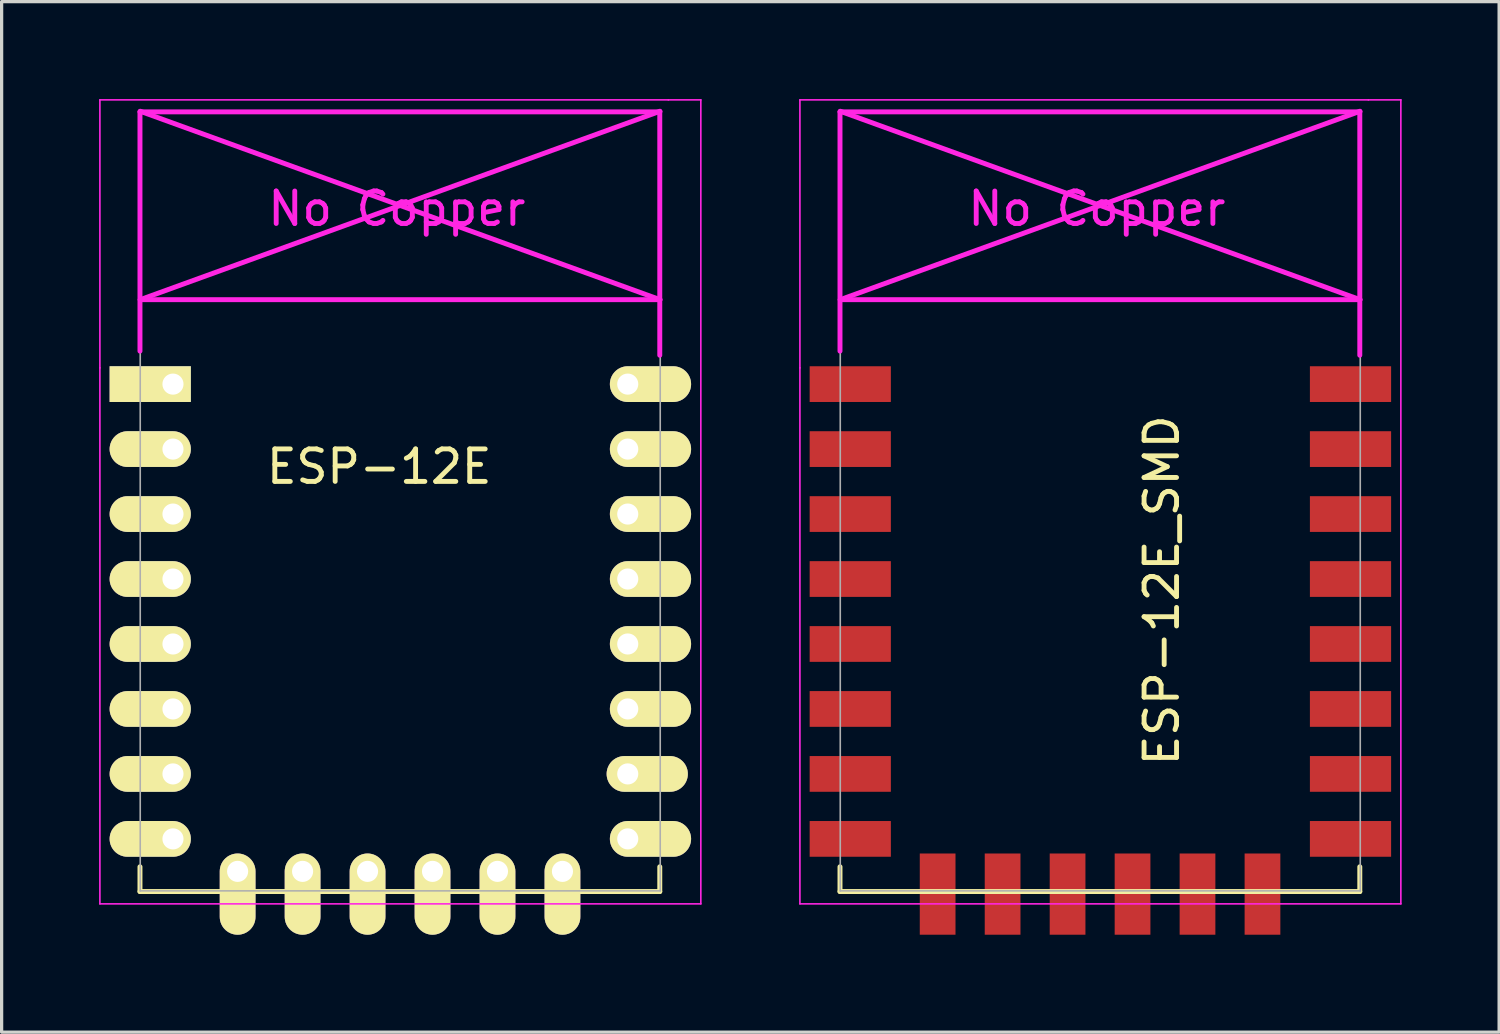
<source format=kicad_pcb>
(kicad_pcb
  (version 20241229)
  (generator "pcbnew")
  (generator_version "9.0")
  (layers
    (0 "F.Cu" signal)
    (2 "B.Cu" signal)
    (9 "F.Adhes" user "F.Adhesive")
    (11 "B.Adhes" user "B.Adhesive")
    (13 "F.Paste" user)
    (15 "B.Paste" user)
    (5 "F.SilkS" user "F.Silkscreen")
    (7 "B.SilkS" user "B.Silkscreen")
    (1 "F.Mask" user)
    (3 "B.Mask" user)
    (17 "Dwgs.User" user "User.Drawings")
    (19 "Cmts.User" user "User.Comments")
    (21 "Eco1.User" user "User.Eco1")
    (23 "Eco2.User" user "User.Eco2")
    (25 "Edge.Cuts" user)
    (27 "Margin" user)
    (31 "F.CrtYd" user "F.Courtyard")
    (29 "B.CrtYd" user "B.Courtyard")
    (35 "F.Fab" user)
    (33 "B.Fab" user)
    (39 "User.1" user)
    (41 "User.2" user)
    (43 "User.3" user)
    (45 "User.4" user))
  (footprint "ESP-12E_SMD"
    (layer "F.Cu")
    (at 23.825 8.775)
    (property "Reference" "ESP-12E_SMD" (at 8.89 6.35 90) (layer "F.SilkS") (effects (font (size 1 1) (thickness 0.15))))
    (attr through_hole)
    (fp_line (start -1.016 14.859) (end -1.016 15.621) (stroke (width 0.152) (type solid)) (layer "F.SilkS"))
    (fp_line (start -1.016 15.621) (end 14.986 15.621) (stroke (width 0.152) (type solid)) (layer "F.SilkS"))
    (fp_line (start 14.986 15.621) (end 14.986 14.859) (stroke (width 0.152) (type solid)) (layer "F.SilkS"))
    (fp_line (start -2.25 -8.75) (end 15.25 -8.75) (stroke (width 0.05) (type solid)) (layer "F.CrtYd"))
    (fp_line (start -2.25 -0.5) (end -2.25 -8.75) (stroke (width 0.05) (type solid)) (layer "F.CrtYd"))
    (fp_line (start -2.25 16) (end -2.25 -0.5) (stroke (width 0.05) (type solid)) (layer "F.CrtYd"))
    (fp_line (start -1.016 -8.382) (end -1.016 -1.016) (stroke (width 0.152) (type solid)) (layer "F.CrtYd"))
    (fp_line (start -1.016 -8.382) (end 14.986 -8.382) (stroke (width 0.152) (type solid)) (layer "F.CrtYd"))
    (fp_line (start -1.008 -8.4) (end 14.992 -2.6) (stroke (width 0.152) (type solid)) (layer "F.CrtYd"))
    (fp_line (start -1.008 -2.6) (end 14.992 -2.6) (stroke (width 0.152) (type solid)) (layer "F.CrtYd"))
    (fp_line (start 14.986 -8.382) (end 14.986 -0.889) (stroke (width 0.152) (type solid)) (layer "F.CrtYd"))
    (fp_line (start 14.992 -8.4) (end -1.008 -2.6) (stroke (width 0.152) (type solid)) (layer "F.CrtYd"))
    (fp_line (start 15.25 -8.75) (end 16.25 -8.75) (stroke (width 0.05) (type solid)) (layer "F.CrtYd"))
    (fp_line (start 16.25 -8.75) (end 16.25 16) (stroke (width 0.05) (type solid)) (layer "F.CrtYd"))
    (fp_line (start 16.25 16) (end -2.25 16) (stroke (width 0.05) (type solid)) (layer "F.CrtYd"))
    (fp_line (start -1.008 -8.4) (end 14.992 -8.4) (stroke (width 0.05) (type solid)) (layer "F.Fab"))
    (fp_line (start -1.008 15.6) (end -1.008 -8.4) (stroke (width 0.05) (type solid)) (layer "F.Fab"))
    (fp_line (start 14.992 15.6) (end -1.008 15.6) (stroke (width 0.05) (type solid)) (layer "F.Fab"))
    (fp_line (start 15 -8.4) (end 15 15.6) (stroke (width 0.05) (type solid)) (layer "F.Fab"))
    (fp_text user "No Copper" (at 6.892 -5.4 0) (layer "F.CrtYd") (effects (font (size 1 1) (thickness 0.15))))
    (pad "1" smd rect (at 0 0) (size 2.5 1.1) (drill (offset -0.7 0)) (layers "F.Cu" "F.Mask" "F.Paste"))
    (pad "2" smd rect (at 0 2) (size 2.5 1.1) (drill (offset -0.7 0)) (layers "F.Cu" "F.Mask" "F.Paste"))
    (pad "3" smd rect (at 0 4) (size 2.5 1.1) (drill (offset -0.7 0)) (layers "F.Cu" "F.Mask" "F.Paste"))
    (pad "4" smd rect (at 0 6) (size 2.5 1.1) (drill (offset -0.7 0)) (layers "F.Cu" "F.Mask" "F.Paste"))
    (pad "5" smd rect (at 0 8) (size 2.5 1.1) (drill (offset -0.7 0)) (layers "F.Cu" "F.Mask" "F.Paste"))
    (pad "6" smd rect (at 0 10) (size 2.5 1.1) (drill (offset -0.7 0)) (layers "F.Cu" "F.Mask" "F.Paste"))
    (pad "7" smd rect (at 0 12) (size 2.5 1.1) (drill (offset -0.7 0)) (layers "F.Cu" "F.Mask" "F.Paste"))
    (pad "8" smd rect (at 0 14) (size 2.5 1.1) (drill (offset -0.7 0)) (layers "F.Cu" "F.Mask" "F.Paste"))
    (pad "9" smd rect (at 14 14) (size 2.5 1.1) (drill (offset 0.7 0)) (layers "F.Cu" "F.Mask" "F.Paste"))
    (pad "10" smd rect (at 14 12) (size 2.5 1.1) (drill (offset 0.7 0)) (layers "F.Cu" "F.Mask" "F.Paste"))
    (pad "11" smd rect (at 14 10) (size 2.5 1.1) (drill (offset 0.7 0)) (layers "F.Cu" "F.Mask" "F.Paste"))
    (pad "12" smd rect (at 14 8) (size 2.5 1.1) (drill (offset 0.7 0)) (layers "F.Cu" "F.Mask" "F.Paste"))
    (pad "13" smd rect (at 14 6) (size 2.5 1.1) (drill (offset 0.7 0)) (layers "F.Cu" "F.Mask" "F.Paste"))
    (pad "14" smd rect (at 14 4) (size 2.5 1.1) (drill (offset 0.7 0)) (layers "F.Cu" "F.Mask" "F.Paste"))
    (pad "15" smd rect (at 14 2) (size 2.5 1.1) (drill (offset 0.7 0)) (layers "F.Cu" "F.Mask" "F.Paste"))
    (pad "16" smd rect (at 14 0) (size 2.5 1.1) (drill (offset 0.7 0)) (layers "F.Cu" "F.Mask" "F.Paste"))
    (pad "17" smd rect (at 1.99 15 90) (size 2.5 1.1) (drill (offset -0.7 0)) (layers "F.Cu" "F.Mask" "F.Paste"))
    (pad "18" smd rect (at 3.99 15 90) (size 2.5 1.1) (drill (offset -0.7 0)) (layers "F.Cu" "F.Mask" "F.Paste"))
    (pad "19" smd rect (at 5.99 15 90) (size 2.5 1.1) (drill (offset -0.7 0)) (layers "F.Cu" "F.Mask" "F.Paste"))
    (pad "20" smd rect (at 7.99 15 90) (size 2.5 1.1) (drill (offset -0.7 0)) (layers "F.Cu" "F.Mask" "F.Paste"))
    (pad "21" smd rect (at 9.99 15 90) (size 2.5 1.1) (drill (offset -0.7 0)) (layers "F.Cu" "F.Mask" "F.Paste"))
    (pad "22" smd rect (at 11.99 15 90) (size 2.5 1.1) (drill (offset -0.7 0)) (layers "F.Cu" "F.Mask" "F.Paste")))
  (footprint "ESP-12E"
    (layer "F.Cu")
    (at 2.275 8.775)
    (property "Reference" "ESP-12E" (at 6.35 2.54 0) (layer "F.SilkS") (effects (font (size 1 1) (thickness 0.15))))
    (attr through_hole)
    (fp_line (start -1.016 14.859) (end -1.016 15.621) (stroke (width 0.152) (type solid)) (layer "F.SilkS"))
    (fp_line (start -1.016 15.621) (end 14.986 15.621) (stroke (width 0.152) (type solid)) (layer "F.SilkS"))
    (fp_line (start 14.986 15.621) (end 14.986 14.859) (stroke (width 0.152) (type solid)) (layer "F.SilkS"))
    (fp_line (start -2.25 -8.75) (end 15.25 -8.75) (stroke (width 0.05) (type solid)) (layer "F.CrtYd"))
    (fp_line (start -2.25 -0.5) (end -2.25 -8.75) (stroke (width 0.05) (type solid)) (layer "F.CrtYd"))
    (fp_line (start -2.25 16) (end -2.25 -0.5) (stroke (width 0.05) (type solid)) (layer "F.CrtYd"))
    (fp_line (start -1.016 -8.382) (end -1.016 -1.016) (stroke (width 0.152) (type solid)) (layer "F.CrtYd"))
    (fp_line (start -1.016 -8.382) (end 14.986 -8.382) (stroke (width 0.152) (type solid)) (layer "F.CrtYd"))
    (fp_line (start -1.008 -8.4) (end 14.992 -2.6) (stroke (width 0.152) (type solid)) (layer "F.CrtYd"))
    (fp_line (start -1.008 -2.6) (end 14.992 -2.6) (stroke (width 0.152) (type solid)) (layer "F.CrtYd"))
    (fp_line (start 14.986 -8.382) (end 14.986 -0.889) (stroke (width 0.152) (type solid)) (layer "F.CrtYd"))
    (fp_line (start 14.992 -8.4) (end -1.008 -2.6) (stroke (width 0.152) (type solid)) (layer "F.CrtYd"))
    (fp_line (start 15.25 -8.75) (end 16.25 -8.75) (stroke (width 0.05) (type solid)) (layer "F.CrtYd"))
    (fp_line (start 16.25 -8.75) (end 16.25 16) (stroke (width 0.05) (type solid)) (layer "F.CrtYd"))
    (fp_line (start 16.25 16) (end -2.25 16) (stroke (width 0.05) (type solid)) (layer "F.CrtYd"))
    (fp_line (start -1.008 -8.4) (end 14.992 -8.4) (stroke (width 0.05) (type solid)) (layer "F.Fab"))
    (fp_line (start -1.008 15.6) (end -1.008 -8.4) (stroke (width 0.05) (type solid)) (layer "F.Fab"))
    (fp_line (start 14.992 15.6) (end -1.008 15.6) (stroke (width 0.05) (type solid)) (layer "F.Fab"))
    (fp_line (start 15 -8.4) (end 15 15.6) (stroke (width 0.05) (type solid)) (layer "F.Fab"))
    (fp_text user "No Copper" (at 6.892 -5.4 0) (layer "F.CrtYd") (effects (font (size 1 1) (thickness 0.15))))
    (pad "1" thru_hole rect (at 0 0) (size 2.5 1.1) (drill 0.65 (offset -0.7 0)) (layers "*.Cu" "*.Mask" "F.SilkS"))
    (pad "2" thru_hole oval (at 0 2) (size 2.5 1.1) (drill 0.65 (offset -0.7 0)) (layers "*.Cu" "*.Mask" "F.SilkS"))
    (pad "3" thru_hole oval (at 0 4) (size 2.5 1.1) (drill 0.65 (offset -0.7 0)) (layers "*.Cu" "*.Mask" "F.SilkS"))
    (pad "4" thru_hole oval (at 0 6) (size 2.5 1.1) (drill 0.65 (offset -0.7 0)) (layers "*.Cu" "*.Mask" "F.SilkS"))
    (pad "5" thru_hole oval (at 0 8) (size 2.5 1.1) (drill 0.65 (offset -0.7 0)) (layers "*.Cu" "*.Mask" "F.SilkS"))
    (pad "6" thru_hole oval (at 0 10) (size 2.5 1.1) (drill 0.65 (offset -0.7 0)) (layers "*.Cu" "*.Mask" "F.SilkS"))
    (pad "7" thru_hole oval (at 0 12) (size 2.5 1.1) (drill 0.65 (offset -0.7 0)) (layers "*.Cu" "*.Mask" "F.SilkS"))
    (pad "8" thru_hole oval (at 0 14) (size 2.5 1.1) (drill 0.65 (offset -0.7 0)) (layers "*.Cu" "*.Mask" "F.SilkS"))
    (pad "9" thru_hole oval (at 14 14) (size 2.5 1.1) (drill 0.65 (offset 0.7 0)) (layers "*.Cu" "*.Mask" "F.SilkS"))
    (pad "10" thru_hole oval (at 14 12) (size 2.5 1.1) (drill 0.65 (offset 0.6 0)) (layers "*.Cu" "*.Mask" "F.SilkS"))
    (pad "11" thru_hole oval (at 14 10) (size 2.5 1.1) (drill 0.65 (offset 0.7 0)) (layers "*.Cu" "*.Mask" "F.SilkS"))
    (pad "12" thru_hole oval (at 14 8) (size 2.5 1.1) (drill 0.65 (offset 0.7 0)) (layers "*.Cu" "*.Mask" "F.SilkS"))
    (pad "13" thru_hole oval (at 14 6) (size 2.5 1.1) (drill 0.65 (offset 0.7 0)) (layers "*.Cu" "*.Mask" "F.SilkS"))
    (pad "14" thru_hole oval (at 14 4) (size 2.5 1.1) (drill 0.65 (offset 0.7 0)) (layers "*.Cu" "*.Mask" "F.SilkS"))
    (pad "15" thru_hole oval (at 14 2) (size 2.5 1.1) (drill 0.65 (offset 0.7 0)) (layers "*.Cu" "*.Mask" "F.SilkS"))
    (pad "16" thru_hole oval (at 14 0) (size 2.5 1.1) (drill 0.65 (offset 0.7 0)) (layers "*.Cu" "*.Mask" "F.SilkS"))
    (pad "17" thru_hole oval (at 1.99 15 90) (size 2.5 1.1) (drill 0.65 (offset -0.7 0)) (layers "*.Cu" "*.Mask" "F.SilkS"))
    (pad "18" thru_hole oval (at 3.99 15 90) (size 2.5 1.1) (drill 0.65 (offset -0.7 0)) (layers "*.Cu" "*.Mask" "F.SilkS"))
    (pad "19" thru_hole oval (at 5.99 15 90) (size 2.5 1.1) (drill 0.65 (offset -0.7 0)) (layers "*.Cu" "*.Mask" "F.SilkS"))
    (pad "20" thru_hole oval (at 7.99 15 90) (size 2.5 1.1) (drill 0.65 (offset -0.7 0)) (layers "*.Cu" "*.Mask" "F.SilkS"))
    (pad "21" thru_hole oval (at 9.99 15 90) (size 2.5 1.1) (drill 0.65 (offset -0.7 0)) (layers "*.Cu" "*.Mask" "F.SilkS"))
    (pad "22" thru_hole oval (at 11.99 15 90) (size 2.5 1.1) (drill 0.65 (offset -0.7 0)) (layers "*.Cu" "*.Mask" "F.SilkS")))
  (gr_rect
    (start -3 -3)
    (end 43.1 28.725)
    (stroke (width 0.1) (type default))
    (fill no)
    (layer "Edge.Cuts")))
</source>
